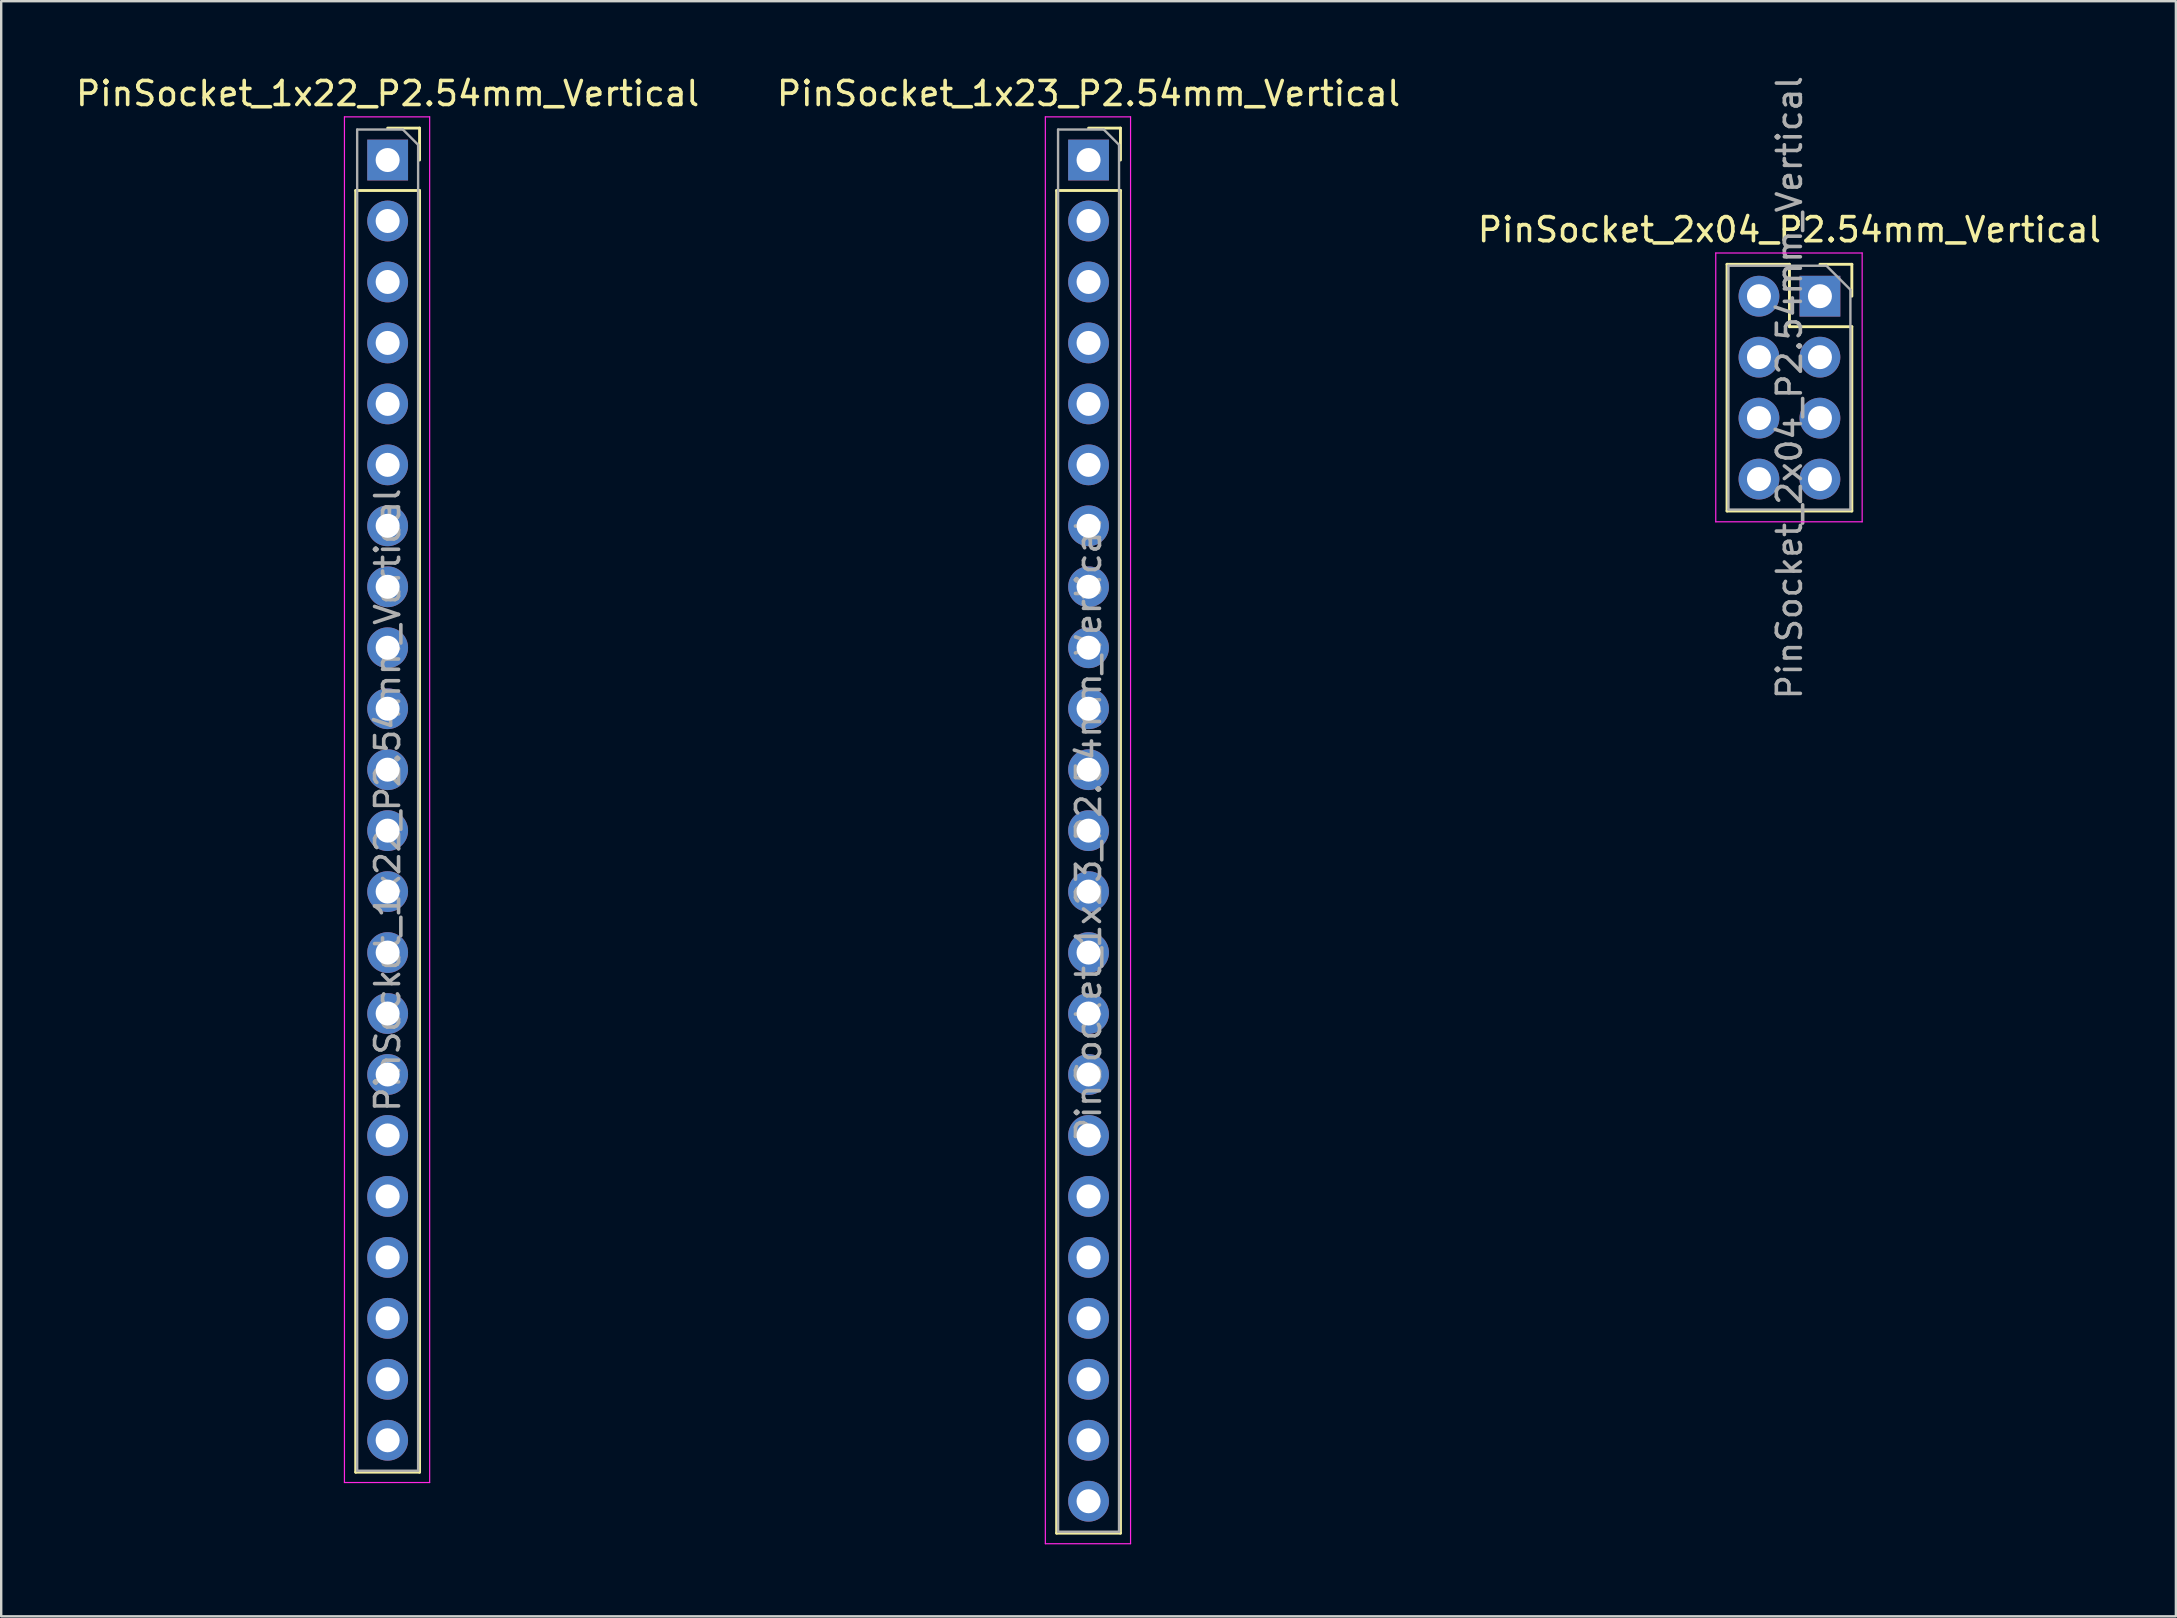
<source format=kicad_pcb>
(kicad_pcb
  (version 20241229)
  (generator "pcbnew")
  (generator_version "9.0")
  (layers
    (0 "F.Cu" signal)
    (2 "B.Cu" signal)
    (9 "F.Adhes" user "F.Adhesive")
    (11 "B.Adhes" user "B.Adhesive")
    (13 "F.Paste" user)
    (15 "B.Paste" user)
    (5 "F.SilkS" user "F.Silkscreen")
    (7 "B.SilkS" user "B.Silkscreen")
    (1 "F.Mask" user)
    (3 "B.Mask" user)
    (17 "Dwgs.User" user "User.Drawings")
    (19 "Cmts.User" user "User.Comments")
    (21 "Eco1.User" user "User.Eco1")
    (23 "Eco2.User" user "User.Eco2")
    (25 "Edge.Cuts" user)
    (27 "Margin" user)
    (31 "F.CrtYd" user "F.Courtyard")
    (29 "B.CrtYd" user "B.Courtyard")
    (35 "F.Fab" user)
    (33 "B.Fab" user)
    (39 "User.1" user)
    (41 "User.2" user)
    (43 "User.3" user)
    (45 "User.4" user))
  (footprint "PinSocket_1x23_P2.54mm_Vertical"
    (layer "F.Cu")
    (at 42.304 3.618)
    (property "Reference" "PinSocket_1x23_P2.54mm_Vertical" (at 0 -2.77 0) (layer "F.SilkS") (effects (font (size 1 1) (thickness 0.15))))
    (attr through_hole)
    (fp_line (start -1.33 1.27) (end -1.33 57.21) (stroke (width 0.12) (type solid)) (layer "F.SilkS"))
    (fp_line (start -1.33 1.27) (end 1.33 1.27) (stroke (width 0.12) (type solid)) (layer "F.SilkS"))
    (fp_line (start -1.33 57.21) (end 1.33 57.21) (stroke (width 0.12) (type solid)) (layer "F.SilkS"))
    (fp_line (start 0 -1.33) (end 1.33 -1.33) (stroke (width 0.12) (type solid)) (layer "F.SilkS"))
    (fp_line (start 1.33 -1.33) (end 1.33 0) (stroke (width 0.12) (type solid)) (layer "F.SilkS"))
    (fp_line (start 1.33 1.27) (end 1.33 57.21) (stroke (width 0.12) (type solid)) (layer "F.SilkS"))
    (fp_line (start -1.8 -1.8) (end 1.75 -1.8) (stroke (width 0.05) (type solid)) (layer "F.CrtYd"))
    (fp_line (start -1.8 57.65) (end -1.8 -1.8) (stroke (width 0.05) (type solid)) (layer "F.CrtYd"))
    (fp_line (start 1.75 -1.8) (end 1.75 57.65) (stroke (width 0.05) (type solid)) (layer "F.CrtYd"))
    (fp_line (start 1.75 57.65) (end -1.8 57.65) (stroke (width 0.05) (type solid)) (layer "F.CrtYd"))
    (fp_line (start -1.27 -1.27) (end 0.635 -1.27) (stroke (width 0.1) (type solid)) (layer "F.Fab"))
    (fp_line (start -1.27 57.15) (end -1.27 -1.27) (stroke (width 0.1) (type solid)) (layer "F.Fab"))
    (fp_line (start 0.635 -1.27) (end 1.27 -0.635) (stroke (width 0.1) (type solid)) (layer "F.Fab"))
    (fp_line (start 1.27 -0.635) (end 1.27 57.15) (stroke (width 0.1) (type solid)) (layer "F.Fab"))
    (fp_line (start 1.27 57.15) (end -1.27 57.15) (stroke (width 0.1) (type solid)) (layer "F.Fab"))
    (fp_text user "${REFERENCE}" (at 0 27.94 90) (layer "F.Fab") (effects (font (size 1 1) (thickness 0.15))))
    (pad "1" thru_hole rect (at 0 0) (size 1.7 1.7) (drill 1) (layers "*.Cu" "*.Mask"))
    (pad "2" thru_hole oval (at 0 2.54) (size 1.7 1.7) (drill 1) (layers "*.Cu" "*.Mask"))
    (pad "3" thru_hole oval (at 0 5.08) (size 1.7 1.7) (drill 1) (layers "*.Cu" "*.Mask"))
    (pad "4" thru_hole oval (at 0 7.62) (size 1.7 1.7) (drill 1) (layers "*.Cu" "*.Mask"))
    (pad "5" thru_hole oval (at 0 10.16) (size 1.7 1.7) (drill 1) (layers "*.Cu" "*.Mask"))
    (pad "6" thru_hole oval (at 0 12.7) (size 1.7 1.7) (drill 1) (layers "*.Cu" "*.Mask"))
    (pad "7" thru_hole oval (at 0 15.24) (size 1.7 1.7) (drill 1) (layers "*.Cu" "*.Mask"))
    (pad "8" thru_hole oval (at 0 17.78) (size 1.7 1.7) (drill 1) (layers "*.Cu" "*.Mask"))
    (pad "9" thru_hole oval (at 0 20.32) (size 1.7 1.7) (drill 1) (layers "*.Cu" "*.Mask"))
    (pad "10" thru_hole oval (at 0 22.86) (size 1.7 1.7) (drill 1) (layers "*.Cu" "*.Mask"))
    (pad "11" thru_hole oval (at 0 25.4) (size 1.7 1.7) (drill 1) (layers "*.Cu" "*.Mask"))
    (pad "12" thru_hole oval (at 0 27.94) (size 1.7 1.7) (drill 1) (layers "*.Cu" "*.Mask"))
    (pad "13" thru_hole oval (at 0 30.48) (size 1.7 1.7) (drill 1) (layers "*.Cu" "*.Mask"))
    (pad "14" thru_hole oval (at 0 33.02) (size 1.7 1.7) (drill 1) (layers "*.Cu" "*.Mask"))
    (pad "15" thru_hole oval (at 0 35.56) (size 1.7 1.7) (drill 1) (layers "*.Cu" "*.Mask"))
    (pad "16" thru_hole oval (at 0 38.1) (size 1.7 1.7) (drill 1) (layers "*.Cu" "*.Mask"))
    (pad "17" thru_hole oval (at 0 40.64) (size 1.7 1.7) (drill 1) (layers "*.Cu" "*.Mask"))
    (pad "18" thru_hole oval (at 0 43.18) (size 1.7 1.7) (drill 1) (layers "*.Cu" "*.Mask"))
    (pad "19" thru_hole oval (at 0 45.72) (size 1.7 1.7) (drill 1) (layers "*.Cu" "*.Mask"))
    (pad "20" thru_hole oval (at 0 48.26) (size 1.7 1.7) (drill 1) (layers "*.Cu" "*.Mask"))
    (pad "21" thru_hole oval (at 0 50.8) (size 1.7 1.7) (drill 1) (layers "*.Cu" "*.Mask"))
    (pad "22" thru_hole oval (at 0 53.34) (size 1.7 1.7) (drill 1) (layers "*.Cu" "*.Mask"))
    (pad "23" thru_hole oval (at 0 55.88) (size 1.7 1.7) (drill 1) (layers "*.Cu" "*.Mask")))
  (footprint "PinSocket_1x22_P2.54mm_Vertical"
    (layer "F.Cu")
    (at 13.101 3.618)
    (property "Reference" "PinSocket_1x22_P2.54mm_Vertical" (at 0 -2.77 0) (layer "F.SilkS") (effects (font (size 1 1) (thickness 0.15))))
    (attr through_hole)
    (fp_line (start -1.33 1.27) (end -1.33 54.67) (stroke (width 0.12) (type solid)) (layer "F.SilkS"))
    (fp_line (start -1.33 1.27) (end 1.33 1.27) (stroke (width 0.12) (type solid)) (layer "F.SilkS"))
    (fp_line (start -1.33 54.67) (end 1.33 54.67) (stroke (width 0.12) (type solid)) (layer "F.SilkS"))
    (fp_line (start 0 -1.33) (end 1.33 -1.33) (stroke (width 0.12) (type solid)) (layer "F.SilkS"))
    (fp_line (start 1.33 -1.33) (end 1.33 0) (stroke (width 0.12) (type solid)) (layer "F.SilkS"))
    (fp_line (start 1.33 1.27) (end 1.33 54.67) (stroke (width 0.12) (type solid)) (layer "F.SilkS"))
    (fp_line (start -1.8 -1.8) (end 1.75 -1.8) (stroke (width 0.05) (type solid)) (layer "F.CrtYd"))
    (fp_line (start -1.8 55.1) (end -1.8 -1.8) (stroke (width 0.05) (type solid)) (layer "F.CrtYd"))
    (fp_line (start 1.75 -1.8) (end 1.75 55.1) (stroke (width 0.05) (type solid)) (layer "F.CrtYd"))
    (fp_line (start 1.75 55.1) (end -1.8 55.1) (stroke (width 0.05) (type solid)) (layer "F.CrtYd"))
    (fp_line (start -1.27 -1.27) (end 0.635 -1.27) (stroke (width 0.1) (type solid)) (layer "F.Fab"))
    (fp_line (start -1.27 54.61) (end -1.27 -1.27) (stroke (width 0.1) (type solid)) (layer "F.Fab"))
    (fp_line (start 0.635 -1.27) (end 1.27 -0.635) (stroke (width 0.1) (type solid)) (layer "F.Fab"))
    (fp_line (start 1.27 -0.635) (end 1.27 54.61) (stroke (width 0.1) (type solid)) (layer "F.Fab"))
    (fp_line (start 1.27 54.61) (end -1.27 54.61) (stroke (width 0.1) (type solid)) (layer "F.Fab"))
    (fp_text user "${REFERENCE}" (at 0 26.67 90) (layer "F.Fab") (effects (font (size 1 1) (thickness 0.15))))
    (pad "1" thru_hole rect (at 0 0) (size 1.7 1.7) (drill 1) (layers "*.Cu" "*.Mask"))
    (pad "2" thru_hole oval (at 0 2.54) (size 1.7 1.7) (drill 1) (layers "*.Cu" "*.Mask"))
    (pad "3" thru_hole oval (at 0 5.08) (size 1.7 1.7) (drill 1) (layers "*.Cu" "*.Mask"))
    (pad "4" thru_hole oval (at 0 7.62) (size 1.7 1.7) (drill 1) (layers "*.Cu" "*.Mask"))
    (pad "5" thru_hole oval (at 0 10.16) (size 1.7 1.7) (drill 1) (layers "*.Cu" "*.Mask"))
    (pad "6" thru_hole oval (at 0 12.7) (size 1.7 1.7) (drill 1) (layers "*.Cu" "*.Mask"))
    (pad "7" thru_hole oval (at 0 15.24) (size 1.7 1.7) (drill 1) (layers "*.Cu" "*.Mask"))
    (pad "8" thru_hole oval (at 0 17.78) (size 1.7 1.7) (drill 1) (layers "*.Cu" "*.Mask"))
    (pad "9" thru_hole oval (at 0 20.32) (size 1.7 1.7) (drill 1) (layers "*.Cu" "*.Mask"))
    (pad "10" thru_hole oval (at 0 22.86) (size 1.7 1.7) (drill 1) (layers "*.Cu" "*.Mask"))
    (pad "11" thru_hole oval (at 0 25.4) (size 1.7 1.7) (drill 1) (layers "*.Cu" "*.Mask"))
    (pad "12" thru_hole oval (at 0 27.94) (size 1.7 1.7) (drill 1) (layers "*.Cu" "*.Mask"))
    (pad "13" thru_hole oval (at 0 30.48) (size 1.7 1.7) (drill 1) (layers "*.Cu" "*.Mask"))
    (pad "14" thru_hole oval (at 0 33.02) (size 1.7 1.7) (drill 1) (layers "*.Cu" "*.Mask"))
    (pad "15" thru_hole oval (at 0 35.56) (size 1.7 1.7) (drill 1) (layers "*.Cu" "*.Mask"))
    (pad "16" thru_hole oval (at 0 38.1) (size 1.7 1.7) (drill 1) (layers "*.Cu" "*.Mask"))
    (pad "17" thru_hole oval (at 0 40.64) (size 1.7 1.7) (drill 1) (layers "*.Cu" "*.Mask"))
    (pad "18" thru_hole oval (at 0 43.18) (size 1.7 1.7) (drill 1) (layers "*.Cu" "*.Mask"))
    (pad "19" thru_hole oval (at 0 45.72) (size 1.7 1.7) (drill 1) (layers "*.Cu" "*.Mask"))
    (pad "20" thru_hole oval (at 0 48.26) (size 1.7 1.7) (drill 1) (layers "*.Cu" "*.Mask"))
    (pad "21" thru_hole oval (at 0 50.8) (size 1.7 1.7) (drill 1) (layers "*.Cu" "*.Mask"))
    (pad "22" thru_hole oval (at 0 53.34) (size 1.7 1.7) (drill 1) (layers "*.Cu" "*.Mask")))
  (footprint "PinSocket_2x04_P2.54mm_Vertical"
    (layer "F.Cu")
    (at 72.776 9.291)
    (property "Reference" "PinSocket_2x04_P2.54mm_Vertical" (at -1.27 -2.77 0) (layer "F.SilkS") (effects (font (size 1 1) (thickness 0.15))))
    (attr through_hole)
    (fp_line (start -3.87 -1.33) (end -3.87 8.95) (stroke (width 0.12) (type solid)) (layer "F.SilkS"))
    (fp_line (start -3.87 -1.33) (end -1.27 -1.33) (stroke (width 0.12) (type solid)) (layer "F.SilkS"))
    (fp_line (start -3.87 8.95) (end 1.33 8.95) (stroke (width 0.12) (type solid)) (layer "F.SilkS"))
    (fp_line (start -1.27 -1.33) (end -1.27 1.27) (stroke (width 0.12) (type solid)) (layer "F.SilkS"))
    (fp_line (start -1.27 1.27) (end 1.33 1.27) (stroke (width 0.12) (type solid)) (layer "F.SilkS"))
    (fp_line (start 0 -1.33) (end 1.33 -1.33) (stroke (width 0.12) (type solid)) (layer "F.SilkS"))
    (fp_line (start 1.33 -1.33) (end 1.33 0) (stroke (width 0.12) (type solid)) (layer "F.SilkS"))
    (fp_line (start 1.33 1.27) (end 1.33 8.95) (stroke (width 0.12) (type solid)) (layer "F.SilkS"))
    (fp_line (start -4.34 -1.8) (end 1.76 -1.8) (stroke (width 0.05) (type solid)) (layer "F.CrtYd"))
    (fp_line (start -4.34 9.4) (end -4.34 -1.8) (stroke (width 0.05) (type solid)) (layer "F.CrtYd"))
    (fp_line (start 1.76 -1.8) (end 1.76 9.4) (stroke (width 0.05) (type solid)) (layer "F.CrtYd"))
    (fp_line (start 1.76 9.4) (end -4.34 9.4) (stroke (width 0.05) (type solid)) (layer "F.CrtYd"))
    (fp_line (start -3.81 -1.27) (end 0.27 -1.27) (stroke (width 0.1) (type solid)) (layer "F.Fab"))
    (fp_line (start -3.81 8.89) (end -3.81 -1.27) (stroke (width 0.1) (type solid)) (layer "F.Fab"))
    (fp_line (start 0.27 -1.27) (end 1.27 -0.27) (stroke (width 0.1) (type solid)) (layer "F.Fab"))
    (fp_line (start 1.27 -0.27) (end 1.27 8.89) (stroke (width 0.1) (type solid)) (layer "F.Fab"))
    (fp_line (start 1.27 8.89) (end -3.81 8.89) (stroke (width 0.1) (type solid)) (layer "F.Fab"))
    (fp_text user "${REFERENCE}" (at -1.27 3.81 90) (layer "F.Fab") (effects (font (size 1 1) (thickness 0.15))))
    (pad "1" thru_hole rect (at 0 0) (size 1.7 1.7) (drill 1) (layers "*.Cu" "*.Mask"))
    (pad "2" thru_hole oval (at -2.54 0) (size 1.7 1.7) (drill 1) (layers "*.Cu" "*.Mask"))
    (pad "3" thru_hole oval (at 0 2.54) (size 1.7 1.7) (drill 1) (layers "*.Cu" "*.Mask"))
    (pad "4" thru_hole oval (at -2.54 2.54) (size 1.7 1.7) (drill 1) (layers "*.Cu" "*.Mask"))
    (pad "5" thru_hole oval (at 0 5.08) (size 1.7 1.7) (drill 1) (layers "*.Cu" "*.Mask"))
    (pad "6" thru_hole oval (at -2.54 5.08) (size 1.7 1.7) (drill 1) (layers "*.Cu" "*.Mask"))
    (pad "7" thru_hole oval (at 0 7.62) (size 1.7 1.7) (drill 1) (layers "*.Cu" "*.Mask"))
    (pad "8" thru_hole oval (at -2.54 7.62) (size 1.7 1.7) (drill 1) (layers "*.Cu" "*.Mask")))
  (gr_rect
    (start -3 -3)
    (end 87.607 64.293)
    (stroke (width 0.1) (type default))
    (fill no)
    (layer "Edge.Cuts")))
</source>
